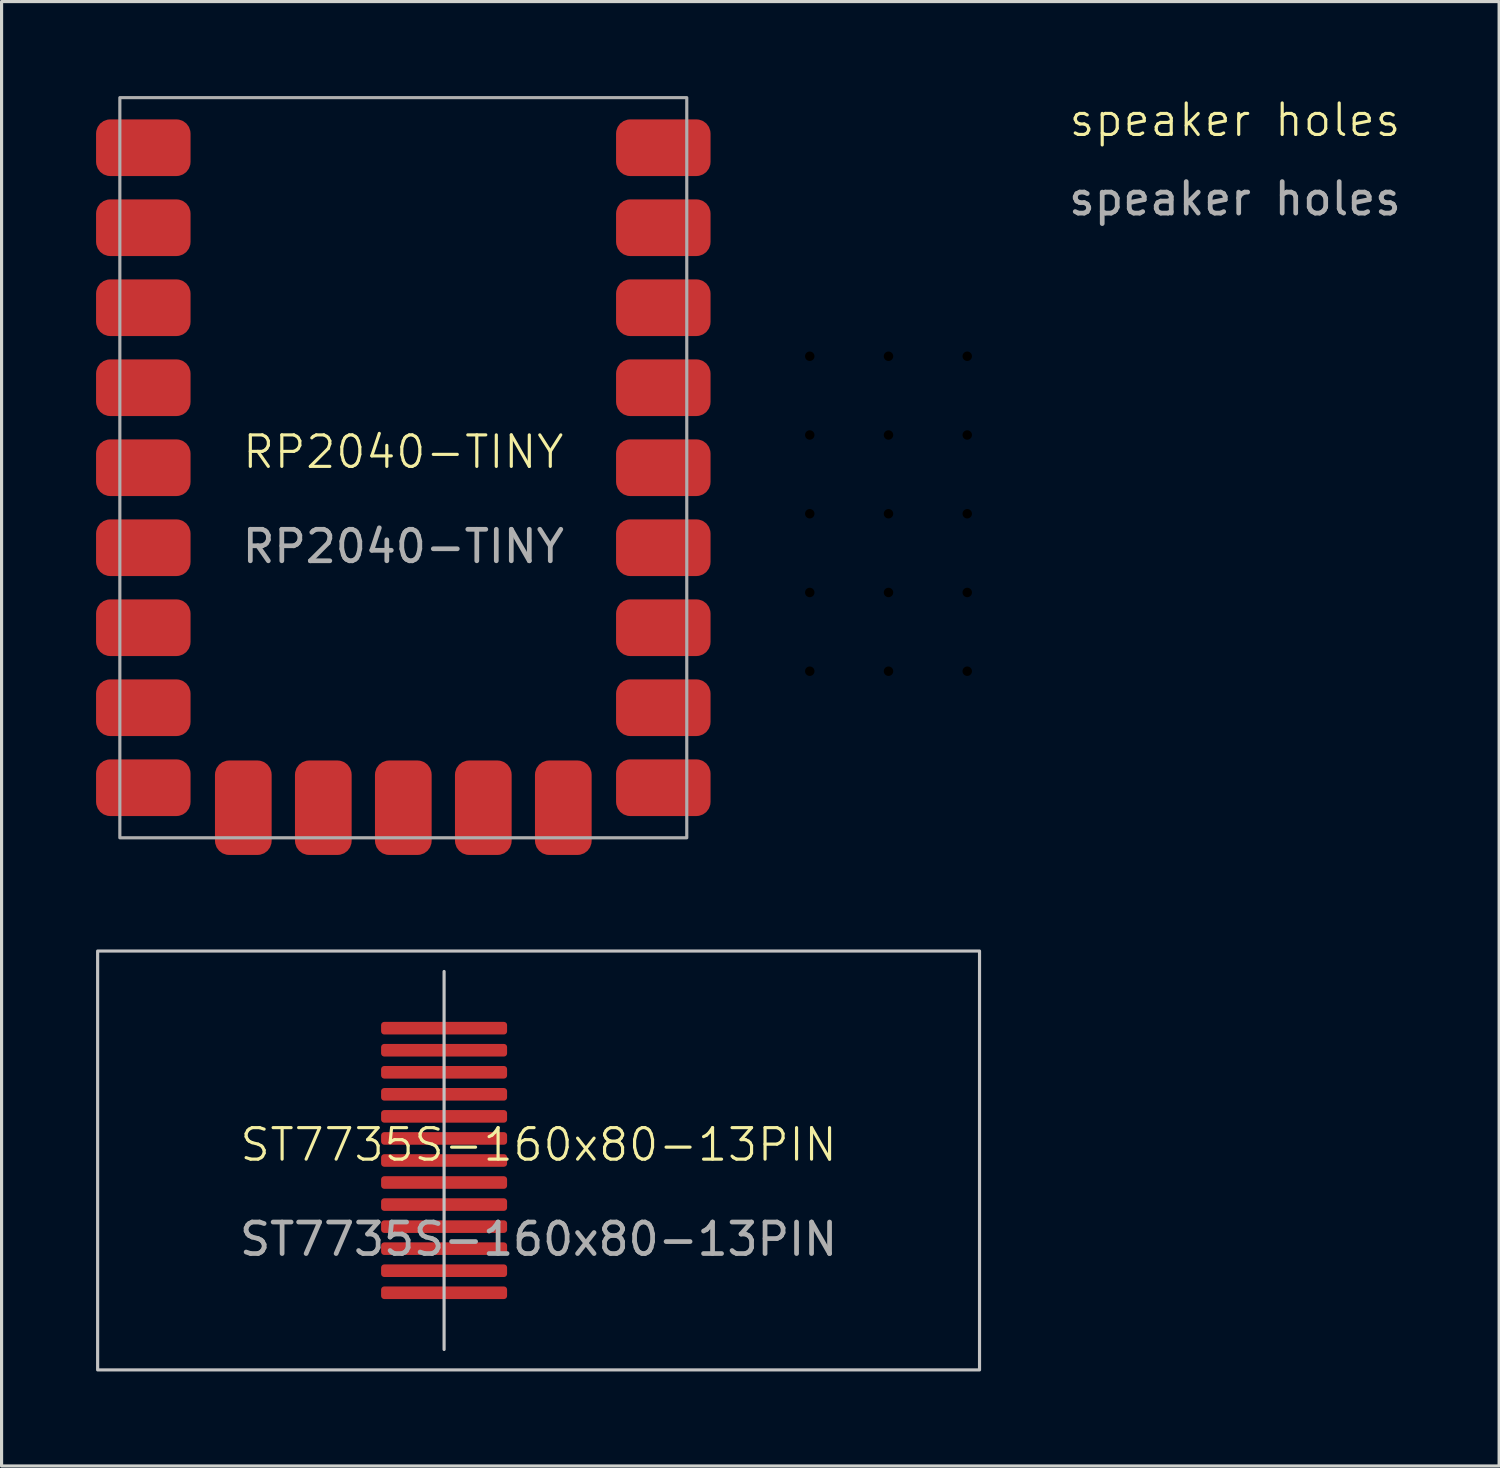
<source format=kicad_pcb>
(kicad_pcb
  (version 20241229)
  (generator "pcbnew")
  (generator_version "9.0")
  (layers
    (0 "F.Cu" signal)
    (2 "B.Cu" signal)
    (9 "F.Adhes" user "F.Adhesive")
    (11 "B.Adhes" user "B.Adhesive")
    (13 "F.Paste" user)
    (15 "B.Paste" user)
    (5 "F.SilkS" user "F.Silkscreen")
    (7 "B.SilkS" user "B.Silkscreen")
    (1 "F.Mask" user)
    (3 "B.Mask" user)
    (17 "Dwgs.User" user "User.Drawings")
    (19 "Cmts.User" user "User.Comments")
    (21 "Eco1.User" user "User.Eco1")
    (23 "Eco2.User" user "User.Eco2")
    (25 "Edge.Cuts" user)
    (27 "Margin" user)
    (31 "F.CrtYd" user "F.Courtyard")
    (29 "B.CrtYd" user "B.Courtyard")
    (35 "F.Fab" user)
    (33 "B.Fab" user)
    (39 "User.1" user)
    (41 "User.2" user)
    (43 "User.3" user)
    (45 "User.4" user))
  (footprint "speaker holes"
    (layer "F.Cu")
    (at 25.16 13.261)
    (property "Reference" "speaker holes" (at 11 -12.5 0) (unlocked yes) (layer "F.SilkS") (effects (font (size 1 1) (thickness 0.1))))
    (attr smd)
    (fp_text user "${REFERENCE}" (at 11 -10 0) (unlocked yes) (layer "F.Fab") (effects (font (size 1 1) (thickness 0.15))))
    (pad "" np_thru_hole circle (at -2.5 -5) (size 0.3 0.3) (drill 0.3) (layers "*.Mask"))
    (pad "" np_thru_hole circle (at -2.5 -2.5) (size 0.3 0.3) (drill 0.3) (layers "*.Mask"))
    (pad "" np_thru_hole circle (at -2.5 0) (size 0.3 0.3) (drill 0.3) (layers "*.Mask"))
    (pad "" np_thru_hole circle (at -2.5 2.5) (size 0.3 0.3) (drill 0.3) (layers "*.Mask"))
    (pad "" np_thru_hole circle (at -2.5 5) (size 0.3 0.3) (drill 0.3) (layers "*.Mask"))
    (pad "" np_thru_hole circle (at 0 -5) (size 0.3 0.3) (drill 0.3) (layers "*.Mask"))
    (pad "" np_thru_hole circle (at 0 -2.5) (size 0.3 0.3) (drill 0.3) (layers "*.Mask"))
    (pad "" np_thru_hole circle (at 0 0) (size 0.3 0.3) (drill 0.3) (layers "*.Mask"))
    (pad "" np_thru_hole circle (at 0 2.5) (size 0.3 0.3) (drill 0.3) (layers "*.Mask"))
    (pad "" np_thru_hole circle (at 0 5) (size 0.3 0.3) (drill 0.3) (layers "*.Mask"))
    (pad "" np_thru_hole circle (at 2.5 -5) (size 0.3 0.3) (drill 0.3) (layers "*.Mask"))
    (pad "" np_thru_hole circle (at 2.5 -2.5) (size 0.3 0.3) (drill 0.3) (layers "*.Mask"))
    (pad "" np_thru_hole circle (at 2.5 0) (size 0.3 0.3) (drill 0.3) (layers "*.Mask"))
    (pad "" np_thru_hole circle (at 2.5 2.5) (size 0.3 0.3) (drill 0.3) (layers "*.Mask"))
    (pad "" np_thru_hole circle (at 2.5 5) (size 0.3 0.3) (drill 0.3) (layers "*.Mask")))
  (footprint "RP2040-TINY"
    (layer "F.Cu")
    (at 9.755 11.8)
    (property "Reference" "RP2040-TINY" (at 0 -0.5 0) (unlocked yes) (layer "F.SilkS") (effects (font (size 1 1) (thickness 0.1))))
    (attr smd)
    (fp_rect (start -9 -11.75) (end 9 11.75) (stroke (width 0.1) (type default)) (fill no) (layer "F.Fab"))
    (fp_text user "${REFERENCE}" (at 0 2.5 0) (unlocked yes) (layer "F.Fab") (effects (font (size 1 1) (thickness 0.15))))
    (pad "1" smd roundrect (at 8.255 -10.16 180) (size 3 1.8) (layers "F.Cu" "F.Mask" "F.Paste") (roundrect_rratio 0.25))
    (pad "2" smd roundrect (at 8.255 -7.62 180) (size 3 1.8) (layers "F.Cu" "F.Mask" "F.Paste") (roundrect_rratio 0.25))
    (pad "3" smd roundrect (at 8.255 -5.08 180) (size 3 1.8) (layers "F.Cu" "F.Mask" "F.Paste") (roundrect_rratio 0.25))
    (pad "4" smd roundrect (at 8.255 -2.54 180) (size 3 1.8) (layers "F.Cu" "F.Mask" "F.Paste") (roundrect_rratio 0.25))
    (pad "5" smd roundrect (at 8.255 0 180) (size 3 1.8) (layers "F.Cu" "F.Mask" "F.Paste") (roundrect_rratio 0.25))
    (pad "6" smd roundrect (at 8.255 2.54 180) (size 3 1.8) (layers "F.Cu" "F.Mask" "F.Paste") (roundrect_rratio 0.25))
    (pad "7" smd roundrect (at 8.255 5.08 180) (size 3 1.8) (layers "F.Cu" "F.Mask" "F.Paste") (roundrect_rratio 0.25))
    (pad "8" smd roundrect (at 8.255 7.62 180) (size 3 1.8) (layers "F.Cu" "F.Mask" "F.Paste") (roundrect_rratio 0.25))
    (pad "9" smd roundrect (at 8.255 10.16 180) (size 3 1.8) (layers "F.Cu" "F.Mask" "F.Paste") (roundrect_rratio 0.25))
    (pad "10" smd roundrect (at 5.08 10.795 90) (size 3 1.8) (layers "F.Cu" "F.Mask" "F.Paste") (roundrect_rratio 0.25))
    (pad "11" smd roundrect (at 2.54 10.795 90) (size 3 1.8) (layers "F.Cu" "F.Mask" "F.Paste") (roundrect_rratio 0.25))
    (pad "12" smd roundrect (at 0 10.795 90) (size 3 1.8) (layers "F.Cu" "F.Mask" "F.Paste") (roundrect_rratio 0.25))
    (pad "13" smd roundrect (at -2.54 10.795 90) (size 3 1.8) (layers "F.Cu" "F.Mask" "F.Paste") (roundrect_rratio 0.25))
    (pad "14" smd roundrect (at -5.08 10.795 90) (size 3 1.8) (layers "F.Cu" "F.Mask" "F.Paste") (roundrect_rratio 0.25))
    (pad "15" smd roundrect (at -8.255 10.16 180) (size 3 1.8) (layers "F.Cu" "F.Mask" "F.Paste") (roundrect_rratio 0.25))
    (pad "16" smd roundrect (at -8.255 7.62 180) (size 3 1.8) (layers "F.Cu" "F.Mask" "F.Paste") (roundrect_rratio 0.25))
    (pad "17" smd roundrect (at -8.255 5.08 180) (size 3 1.8) (layers "F.Cu" "F.Mask" "F.Paste") (roundrect_rratio 0.25))
    (pad "18" smd roundrect (at -8.255 2.54 180) (size 3 1.8) (layers "F.Cu" "F.Mask" "F.Paste") (roundrect_rratio 0.25))
    (pad "19" smd roundrect (at -8.255 0 180) (size 3 1.8) (layers "F.Cu" "F.Mask" "F.Paste") (roundrect_rratio 0.25))
    (pad "20" smd roundrect (at -8.255 -2.54 180) (size 3 1.8) (layers "F.Cu" "F.Mask" "F.Paste") (roundrect_rratio 0.25))
    (pad "21" smd roundrect (at -8.255 -5.08 180) (size 3 1.8) (layers "F.Cu" "F.Mask" "F.Paste") (roundrect_rratio 0.25))
    (pad "22" smd roundrect (at -8.255 -7.62 180) (size 3 1.8) (layers "F.Cu" "F.Mask" "F.Paste") (roundrect_rratio 0.25))
    (pad "23" smd roundrect (at -8.255 -10.16 180) (size 3 1.8) (layers "F.Cu" "F.Mask" "F.Paste") (roundrect_rratio 0.25)))
  (footprint "ST7735S-160x80-13PIN"
    (layer "F.Cu")
    (at 14.05 33.795)
    (property "Reference" "ST7735S-160x80-13PIN" (at 0 -0.5 0) (unlocked yes) (layer "F.SilkS") (effects (font (size 1 1) (thickness 0.1))))
    (attr smd)
    (fp_line (start -3 -6) (end -3 6) (stroke (width 0.1) (type default)) (layer "Dwgs.User"))
    (fp_rect (start -14 -6.65) (end 14 6.65) (stroke (width 0.1) (type solid)) (fill no) (layer "Dwgs.User"))
    (fp_text user "${REFERENCE}" (at 0 2.5 0) (unlocked yes) (layer "F.Fab") (effects (font (size 1 1) (thickness 0.15))))
    (pad "1" smd roundrect (at -3 4.2 180) (size 4 0.4) (layers "F.Cu" "F.Mask" "F.Paste") (roundrect_rratio 0.25))
    (pad "2" smd roundrect (at -3 3.5 180) (size 4 0.4) (layers "F.Cu" "F.Mask" "F.Paste") (roundrect_rratio 0.25))
    (pad "3" smd roundrect (at -3 2.8 180) (size 4 0.4) (layers "F.Cu" "F.Mask" "F.Paste") (roundrect_rratio 0.25))
    (pad "4" smd roundrect (at -3 2.1 180) (size 4 0.4) (layers "F.Cu" "F.Mask" "F.Paste") (roundrect_rratio 0.25))
    (pad "5" smd roundrect (at -3 1.4 180) (size 4 0.4) (layers "F.Cu" "F.Mask" "F.Paste") (roundrect_rratio 0.25))
    (pad "6" smd roundrect (at -3 0.7 180) (size 4 0.4) (layers "F.Cu" "F.Mask" "F.Paste") (roundrect_rratio 0.25))
    (pad "7" smd roundrect (at -3 0 180) (size 4 0.4) (layers "F.Cu" "F.Mask" "F.Paste") (roundrect_rratio 0.25))
    (pad "8" smd roundrect (at -3 -0.7 180) (size 4 0.4) (layers "F.Cu" "F.Mask" "F.Paste") (roundrect_rratio 0.25))
    (pad "9" smd roundrect (at -3 -1.4 180) (size 4 0.4) (layers "F.Cu" "F.Mask" "F.Paste") (roundrect_rratio 0.25))
    (pad "10" smd roundrect (at -3 -2.1 180) (size 4 0.4) (layers "F.Cu" "F.Mask" "F.Paste") (roundrect_rratio 0.25))
    (pad "11" smd roundrect (at -3 -2.8 180) (size 4 0.4) (layers "F.Cu" "F.Mask" "F.Paste") (roundrect_rratio 0.25))
    (pad "12" smd roundrect (at -3 -3.5 180) (size 4 0.4) (layers "F.Cu" "F.Mask" "F.Paste") (roundrect_rratio 0.25))
    (pad "13" smd roundrect (at -3 -4.2 180) (size 4 0.4) (layers "F.Cu" "F.Mask" "F.Paste") (roundrect_rratio 0.25)))
  (gr_rect
    (start -3 -3)
    (end 44.547 43.495)
    (stroke (width 0.1) (type default))
    (fill no)
    (layer "Edge.Cuts")))
</source>
